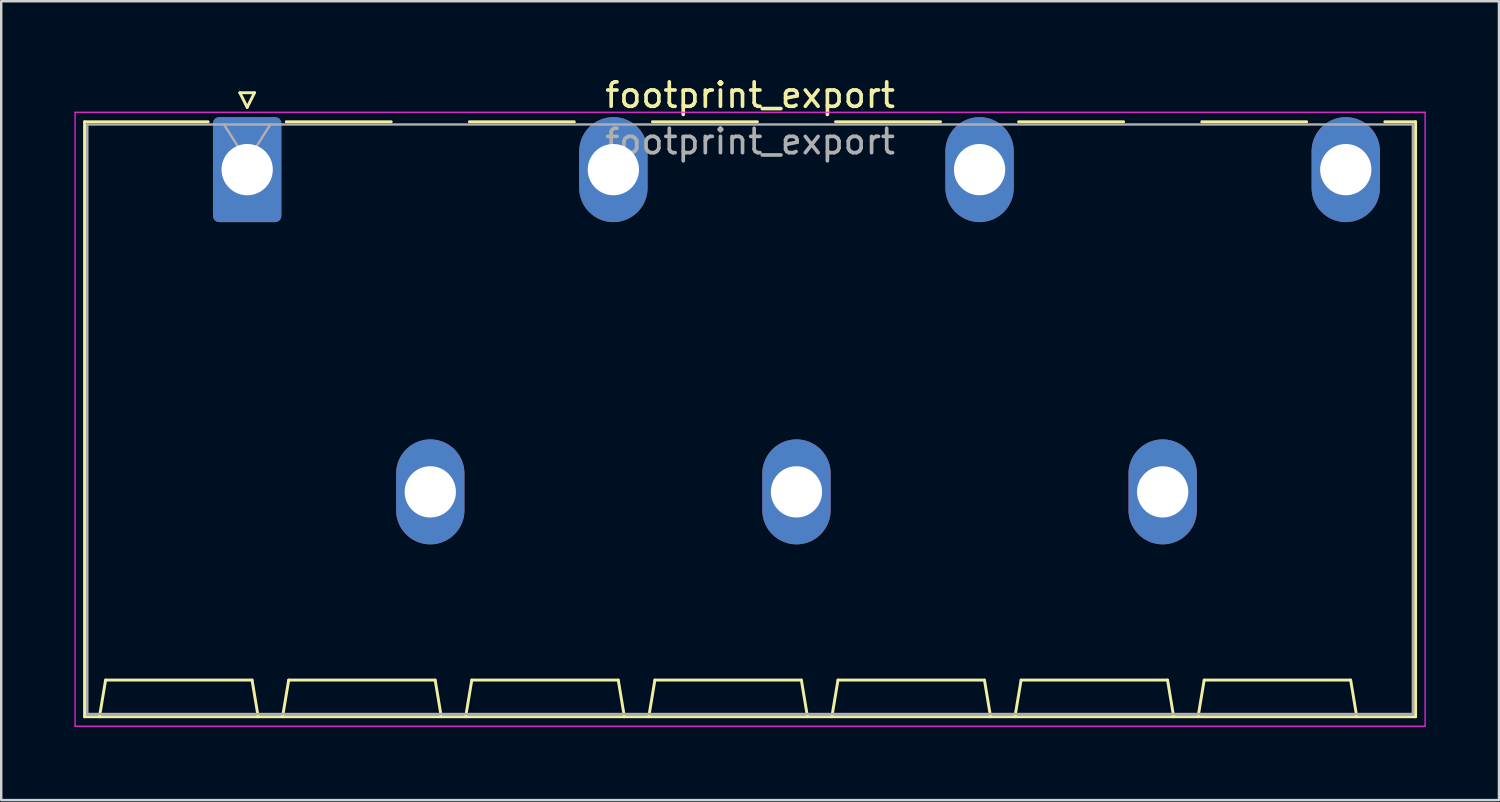
<source format=kicad_pcb>
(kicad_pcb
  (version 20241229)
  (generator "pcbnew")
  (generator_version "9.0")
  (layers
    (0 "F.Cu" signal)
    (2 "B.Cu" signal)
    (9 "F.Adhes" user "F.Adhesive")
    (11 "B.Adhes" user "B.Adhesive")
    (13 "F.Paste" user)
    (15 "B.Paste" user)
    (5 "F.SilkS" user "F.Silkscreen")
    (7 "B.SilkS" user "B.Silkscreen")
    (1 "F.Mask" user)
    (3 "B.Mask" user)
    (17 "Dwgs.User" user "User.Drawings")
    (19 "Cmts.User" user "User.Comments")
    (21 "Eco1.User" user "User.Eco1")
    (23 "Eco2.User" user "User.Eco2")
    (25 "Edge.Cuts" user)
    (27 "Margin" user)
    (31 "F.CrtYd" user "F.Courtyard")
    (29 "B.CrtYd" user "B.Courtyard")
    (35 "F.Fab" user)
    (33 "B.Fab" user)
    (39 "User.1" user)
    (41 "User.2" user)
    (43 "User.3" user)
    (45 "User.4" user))
  (footprint "footprint_export"
    (layer "F.Cu")
    (at 7.075 3.898)
    (property "Reference" "footprint_export" (at 20.6 -3.05 0) (layer "F.SilkS") (effects (font (size 1 1) (thickness 0.15))))
    (attr through_hole)
    (fp_line (start -6.66 -1.96) (end -1.6 -1.96) (stroke (width 0.12) (type solid)) (layer "F.SilkS"))
    (fp_line (start -6.66 22.41) (end -6.66 -1.96) (stroke (width 0.12) (type solid)) (layer "F.SilkS"))
    (fp_line (start -6.05 22.41) (end -5.8 20.91) (stroke (width 0.12) (type solid)) (layer "F.SilkS"))
    (fp_line (start -5.8 20.91) (end 0.2 20.91) (stroke (width 0.12) (type solid)) (layer "F.SilkS"))
    (fp_line (start -0.3 -3.15) (end 0 -2.55) (stroke (width 0.12) (type solid)) (layer "F.SilkS"))
    (fp_line (start -0.3 -3.15) (end 0.3 -3.15) (stroke (width 0.12) (type solid)) (layer "F.SilkS"))
    (fp_line (start 0.3 -3.15) (end 0 -2.55) (stroke (width 0.12) (type solid)) (layer "F.SilkS"))
    (fp_line (start 0.45 22.41) (end 0.2 20.91) (stroke (width 0.12) (type solid)) (layer "F.SilkS"))
    (fp_line (start 1.45 22.41) (end 1.7 20.91) (stroke (width 0.12) (type solid)) (layer "F.SilkS"))
    (fp_line (start 1.6 -1.96) (end 5.9 -1.96) (stroke (width 0.12) (type solid)) (layer "F.SilkS"))
    (fp_line (start 1.7 20.91) (end 7.7 20.91) (stroke (width 0.12) (type solid)) (layer "F.SilkS"))
    (fp_line (start 7.95 22.41) (end 7.7 20.91) (stroke (width 0.12) (type solid)) (layer "F.SilkS"))
    (fp_line (start 8.95 22.41) (end 9.2 20.91) (stroke (width 0.12) (type solid)) (layer "F.SilkS"))
    (fp_line (start 9.1 -1.96) (end 13.4 -1.96) (stroke (width 0.12) (type solid)) (layer "F.SilkS"))
    (fp_line (start 9.2 20.91) (end 15.2 20.91) (stroke (width 0.12) (type solid)) (layer "F.SilkS"))
    (fp_line (start 15.45 22.41) (end 15.2 20.91) (stroke (width 0.12) (type solid)) (layer "F.SilkS"))
    (fp_line (start 16.45 22.41) (end 16.7 20.91) (stroke (width 0.12) (type solid)) (layer "F.SilkS"))
    (fp_line (start 16.6 -1.96) (end 20.9 -1.96) (stroke (width 0.12) (type solid)) (layer "F.SilkS"))
    (fp_line (start 16.7 20.91) (end 22.7 20.91) (stroke (width 0.12) (type solid)) (layer "F.SilkS"))
    (fp_line (start 22.95 22.41) (end 22.7 20.91) (stroke (width 0.12) (type solid)) (layer "F.SilkS"))
    (fp_line (start 23.95 22.41) (end 24.2 20.91) (stroke (width 0.12) (type solid)) (layer "F.SilkS"))
    (fp_line (start 24.1 -1.96) (end 28.4 -1.96) (stroke (width 0.12) (type solid)) (layer "F.SilkS"))
    (fp_line (start 24.2 20.91) (end 30.2 20.91) (stroke (width 0.12) (type solid)) (layer "F.SilkS"))
    (fp_line (start 30.45 22.41) (end 30.2 20.91) (stroke (width 0.12) (type solid)) (layer "F.SilkS"))
    (fp_line (start 31.45 22.41) (end 31.7 20.91) (stroke (width 0.12) (type solid)) (layer "F.SilkS"))
    (fp_line (start 31.6 -1.96) (end 35.9 -1.96) (stroke (width 0.12) (type solid)) (layer "F.SilkS"))
    (fp_line (start 31.7 20.91) (end 37.7 20.91) (stroke (width 0.12) (type solid)) (layer "F.SilkS"))
    (fp_line (start 37.95 22.41) (end 37.7 20.91) (stroke (width 0.12) (type solid)) (layer "F.SilkS"))
    (fp_line (start 38.95 22.41) (end 39.2 20.91) (stroke (width 0.12) (type solid)) (layer "F.SilkS"))
    (fp_line (start 39.1 -1.96) (end 43.4 -1.96) (stroke (width 0.12) (type solid)) (layer "F.SilkS"))
    (fp_line (start 39.2 20.91) (end 45.2 20.91) (stroke (width 0.12) (type solid)) (layer "F.SilkS"))
    (fp_line (start 45.45 22.41) (end 45.2 20.91) (stroke (width 0.12) (type solid)) (layer "F.SilkS"))
    (fp_line (start 46.6 -1.96) (end 47.86 -1.96) (stroke (width 0.12) (type solid)) (layer "F.SilkS"))
    (fp_line (start 47.86 -1.96) (end 47.86 22.41) (stroke (width 0.12) (type solid)) (layer "F.SilkS"))
    (fp_line (start 47.86 22.41) (end -6.66 22.41) (stroke (width 0.12) (type solid)) (layer "F.SilkS"))
    (fp_line (start -7.05 -2.35) (end -7.05 22.8) (stroke (width 0.05) (type solid)) (layer "F.CrtYd"))
    (fp_line (start -7.05 22.8) (end 48.25 22.8) (stroke (width 0.05) (type solid)) (layer "F.CrtYd"))
    (fp_line (start 48.25 -2.35) (end -7.05 -2.35) (stroke (width 0.05) (type solid)) (layer "F.CrtYd"))
    (fp_line (start 48.25 22.8) (end 48.25 -2.35) (stroke (width 0.05) (type solid)) (layer "F.CrtYd"))
    (fp_line (start -6.55 -1.85) (end -6.55 22.3) (stroke (width 0.1) (type solid)) (layer "F.Fab"))
    (fp_line (start -6.55 22.3) (end 47.75 22.3) (stroke (width 0.1) (type solid)) (layer "F.Fab"))
    (fp_line (start -0.95 -1.85) (end 0 -0.35) (stroke (width 0.1) (type solid)) (layer "F.Fab"))
    (fp_line (start 0.95 -1.85) (end 0 -0.35) (stroke (width 0.1) (type solid)) (layer "F.Fab"))
    (fp_line (start 47.75 -1.85) (end -6.55 -1.85) (stroke (width 0.1) (type solid)) (layer "F.Fab"))
    (fp_line (start 47.75 22.3) (end 47.75 -1.85) (stroke (width 0.1) (type solid)) (layer "F.Fab"))
    (fp_text user "${REFERENCE}" (at 20.6 -1.15 0) (layer "F.Fab") (effects (font (size 1 1) (thickness 0.15))))
    (pad "1" thru_hole roundrect (at 0 0) (size 2.8 4.3) (drill 2.1) (layers "*.Cu" "*.Mask") (roundrect_rratio 0.089))
    (pad "2" thru_hole oval (at 7.5 13.2) (size 2.8 4.3) (drill 2.1) (layers "*.Cu" "*.Mask"))
    (pad "3" thru_hole oval (at 15 0) (size 2.8 4.3) (drill 2.1) (layers "*.Cu" "*.Mask"))
    (pad "4" thru_hole oval (at 22.5 13.2) (size 2.8 4.3) (drill 2.1) (layers "*.Cu" "*.Mask"))
    (pad "5" thru_hole oval (at 30 0) (size 2.8 4.3) (drill 2.1) (layers "*.Cu" "*.Mask"))
    (pad "6" thru_hole oval (at 37.5 13.2) (size 2.8 4.3) (drill 2.1) (layers "*.Cu" "*.Mask"))
    (pad "7" thru_hole oval (at 45 0) (size 2.8 4.3) (drill 2.1) (layers "*.Cu" "*.Mask")))
  (gr_rect
    (start -3 -3)
    (end 58.35 29.723)
    (stroke (width 0.1) (type default))
    (fill no)
    (layer "Edge.Cuts")))
</source>
